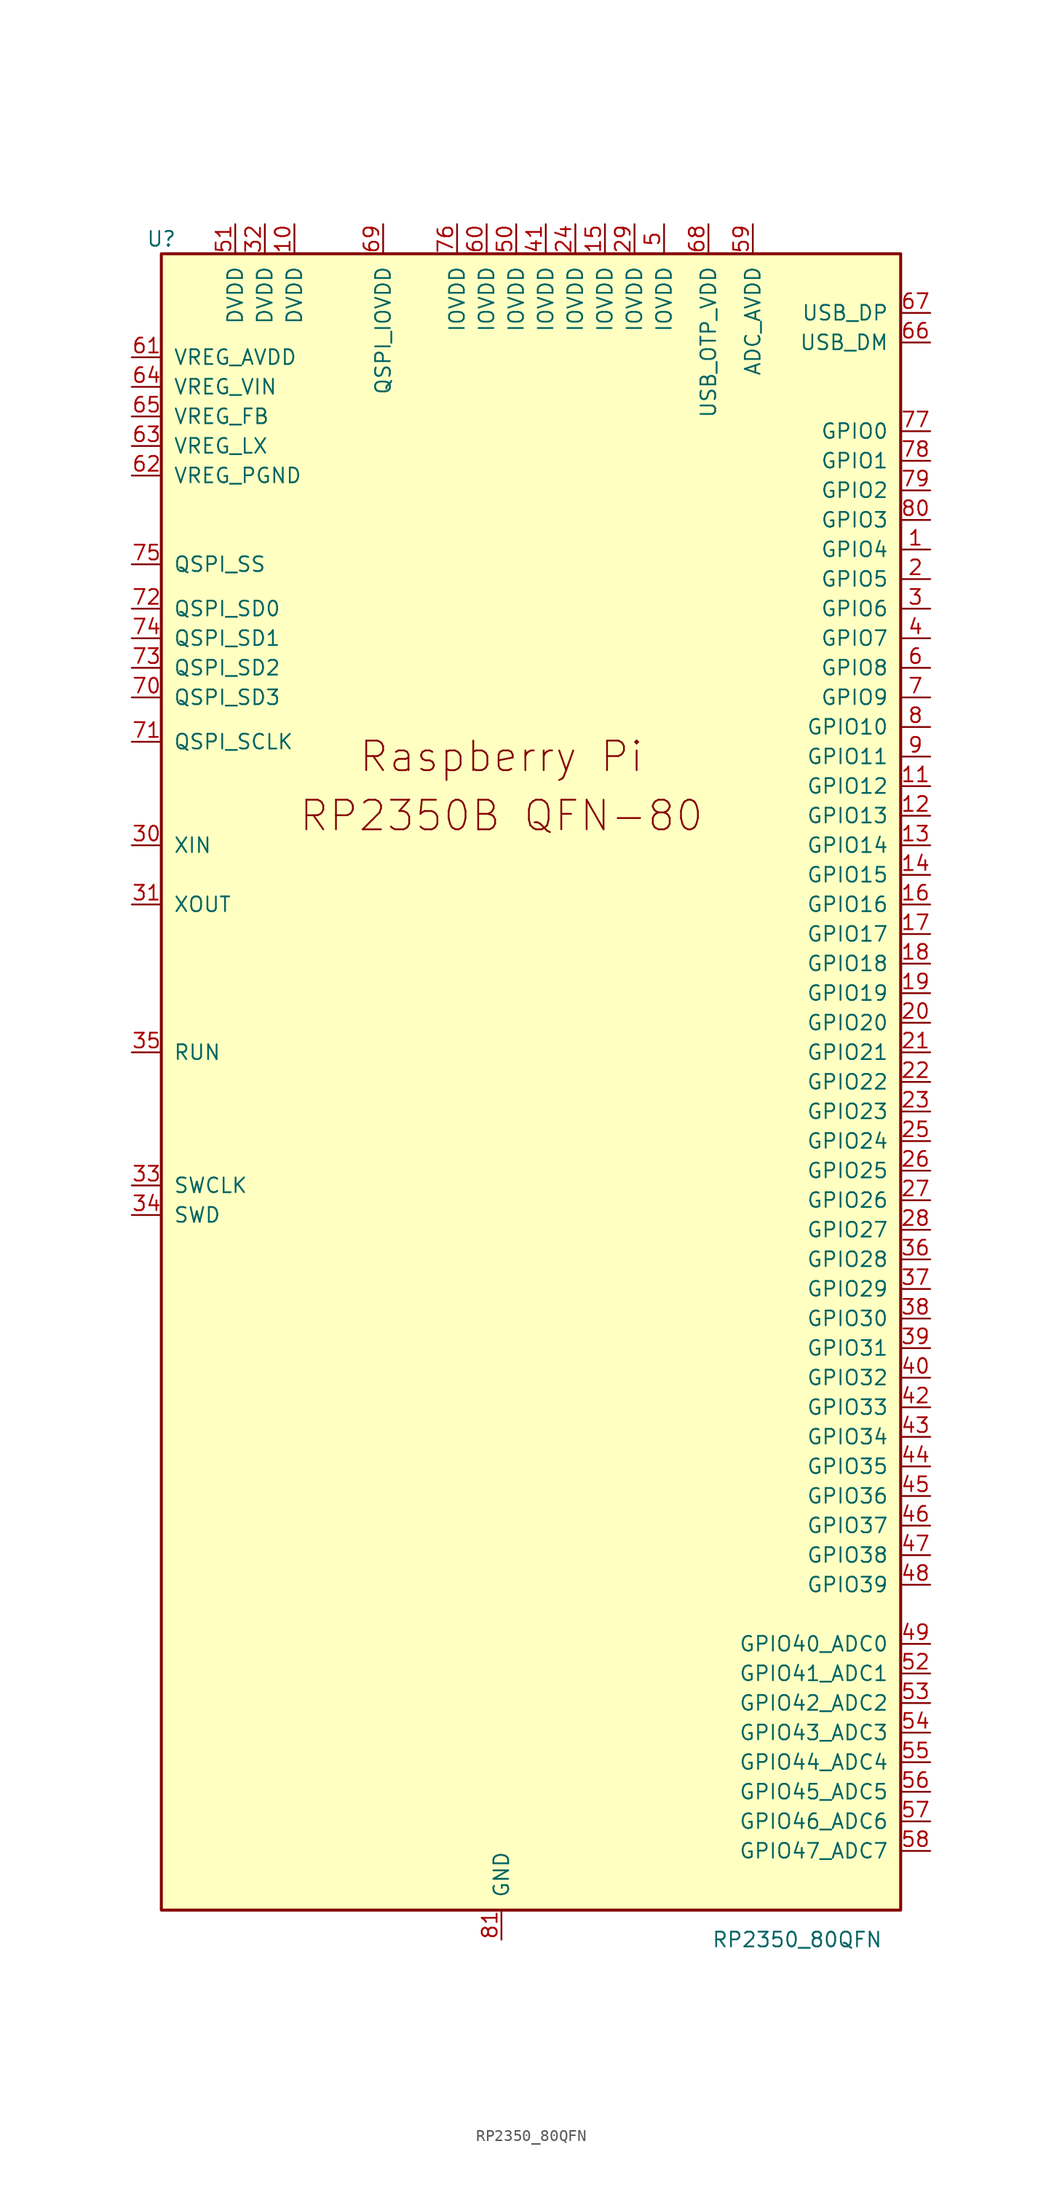
<source format=kicad_sym>
(kicad_symbol_lib
  (version 20220914)
  (generator kicad_symbol_editor)
  (symbol "RP2350_80QFN"
    (pin_names
      (offset 1.016))
    (property "Reference" "U"
      (at -29.21 49.53 0)
      (effects (font (size 1.27 1.27))))
    (property "Value" "RP2350_80QFN"
      (at 25.4 -96.52 0)
      (effects (font (size 1.27 1.27))))
    (symbol "RP2350_80QFN_0_0"
      (text "Raspberry Pi" (at 0 5.08 0) (effects (font (size 2.54 2.54)))))
    (symbol "RP2350_80QFN_0_1"
      (rectangle (start -29.21 48.26) (end 34.29 -93.98) (stroke (width 0.254) (type default)) (fill (type background))))
    (symbol "RP2350_80QFN_1_0"
      (text "RP2350B QFN-80" (at 0 0 0) (effects (font (size 2.54 2.54)))))
    (symbol "RP2350_80QFN_1_1"
      (pin bidirectional line (at 36.83 22.86 180) (length 2.54) (name "GPIO4" (effects (font (size 1.27 1.27)))) (number "1" (effects (font (size 1.27 1.27)))))
      (pin power_in line (at -17.78 50.8 270) (length 2.54) (name "DVDD" (effects (font (size 1.27 1.27)))) (number "10" (effects (font (size 1.27 1.27)))))
      (pin bidirectional line (at 36.83 2.54 180) (length 2.54) (name "GPIO12" (effects (font (size 1.27 1.27)))) (number "11" (effects (font (size 1.27 1.27)))))
      (pin bidirectional line (at 36.83 0 180) (length 2.54) (name "GPIO13" (effects (font (size 1.27 1.27)))) (number "12" (effects (font (size 1.27 1.27)))))
      (pin bidirectional line (at 36.83 -2.54 180) (length 2.54) (name "GPIO14" (effects (font (size 1.27 1.27)))) (number "13" (effects (font (size 1.27 1.27)))))
      (pin bidirectional line (at 36.83 -5.08 180) (length 2.54) (name "GPIO15" (effects (font (size 1.27 1.27)))) (number "14" (effects (font (size 1.27 1.27)))))
      (pin power_in line (at 8.89 50.8 270) (length 2.54) (name "IOVDD" (effects (font (size 1.27 1.27)))) (number "15" (effects (font (size 1.27 1.27)))))
      (pin bidirectional line (at 36.83 -7.62 180) (length 2.54) (name "GPIO16" (effects (font (size 1.27 1.27)))) (number "16" (effects (font (size 1.27 1.27)))))
      (pin bidirectional line (at 36.83 -10.16 180) (length 2.54) (name "GPIO17" (effects (font (size 1.27 1.27)))) (number "17" (effects (font (size 1.27 1.27)))))
      (pin bidirectional line (at 36.83 -12.7 180) (length 2.54) (name "GPIO18" (effects (font (size 1.27 1.27)))) (number "18" (effects (font (size 1.27 1.27)))))
      (pin bidirectional line (at 36.83 -15.24 180) (length 2.54) (name "GPIO19" (effects (font (size 1.27 1.27)))) (number "19" (effects (font (size 1.27 1.27)))))
      (pin bidirectional line (at 36.83 20.32 180) (length 2.54) (name "GPIO5" (effects (font (size 1.27 1.27)))) (number "2" (effects (font (size 1.27 1.27)))))
      (pin bidirectional line (at 36.83 -17.78 180) (length 2.54) (name "GPIO20" (effects (font (size 1.27 1.27)))) (number "20" (effects (font (size 1.27 1.27)))))
      (pin bidirectional line (at 36.83 -20.32 180) (length 2.54) (name "GPIO21" (effects (font (size 1.27 1.27)))) (number "21" (effects (font (size 1.27 1.27)))))
      (pin bidirectional line (at 36.83 -22.86 180) (length 2.54) (name "GPIO22" (effects (font (size 1.27 1.27)))) (number "22" (effects (font (size 1.27 1.27)))))
      (pin bidirectional line (at 36.83 -25.4 180) (length 2.54) (name "GPIO23" (effects (font (size 1.27 1.27)))) (number "23" (effects (font (size 1.27 1.27)))))
      (pin power_in line (at 6.35 50.8 270) (length 2.54) (name "IOVDD" (effects (font (size 1.27 1.27)))) (number "24" (effects (font (size 1.27 1.27)))))
      (pin bidirectional line (at 36.83 -27.94 180) (length 2.54) (name "GPIO24" (effects (font (size 1.27 1.27)))) (number "25" (effects (font (size 1.27 1.27)))))
      (pin bidirectional line (at 36.83 -30.48 180) (length 2.54) (name "GPIO25" (effects (font (size 1.27 1.27)))) (number "26" (effects (font (size 1.27 1.27)))))
      (pin bidirectional line (at 36.83 -33.02 180) (length 2.54) (name "GPIO26" (effects (font (size 1.27 1.27)))) (number "27" (effects (font (size 1.27 1.27)))))
      (pin bidirectional line (at 36.83 -35.56 180) (length 2.54) (name "GPIO27" (effects (font (size 1.27 1.27)))) (number "28" (effects (font (size 1.27 1.27)))))
      (pin power_in line (at 11.43 50.8 270) (length 2.54) (name "IOVDD" (effects (font (size 1.27 1.27)))) (number "29" (effects (font (size 1.27 1.27)))))
      (pin bidirectional line (at 36.83 17.78 180) (length 2.54) (name "GPIO6" (effects (font (size 1.27 1.27)))) (number "3" (effects (font (size 1.27 1.27)))))
      (pin input line (at -31.75 -2.54 0) (length 2.54) (name "XIN" (effects (font (size 1.27 1.27)))) (number "30" (effects (font (size 1.27 1.27)))))
      (pin passive line (at -31.75 -7.62 0) (length 2.54) (name "XOUT" (effects (font (size 1.27 1.27)))) (number "31" (effects (font (size 1.27 1.27)))))
      (pin power_in line (at -20.32 50.8 270) (length 2.54) (name "DVDD" (effects (font (size 1.27 1.27)))) (number "32" (effects (font (size 1.27 1.27)))))
      (pin output line (at -31.75 -31.75 0) (length 2.54) (name "SWCLK" (effects (font (size 1.27 1.27)))) (number "33" (effects (font (size 1.27 1.27)))))
      (pin bidirectional line (at -31.75 -34.29 0) (length 2.54) (name "SWD" (effects (font (size 1.27 1.27)))) (number "34" (effects (font (size 1.27 1.27)))))
      (pin input line (at -31.75 -20.32 0) (length 2.54) (name "RUN" (effects (font (size 1.27 1.27)))) (number "35" (effects (font (size 1.27 1.27)))))
      (pin bidirectional line (at 36.83 -38.1 180) (length 2.54) (name "GPIO28" (effects (font (size 1.27 1.27)))) (number "36" (effects (font (size 1.27 1.27)))))
      (pin bidirectional line (at 36.83 -40.64 180) (length 2.54) (name "GPIO29" (effects (font (size 1.27 1.27)))) (number "37" (effects (font (size 1.27 1.27)))))
      (pin bidirectional line (at 36.83 -43.18 180) (length 2.54) (name "GPIO30" (effects (font (size 1.27 1.27)))) (number "38" (effects (font (size 1.27 1.27)))))
      (pin bidirectional line (at 36.83 -45.72 180) (length 2.54) (name "GPIO31" (effects (font (size 1.27 1.27)))) (number "39" (effects (font (size 1.27 1.27)))))
      (pin bidirectional line (at 36.83 15.24 180) (length 2.54) (name "GPIO7" (effects (font (size 1.27 1.27)))) (number "4" (effects (font (size 1.27 1.27)))))
      (pin bidirectional line (at 36.83 -48.26 180) (length 2.54) (name "GPIO32" (effects (font (size 1.27 1.27)))) (number "40" (effects (font (size 1.27 1.27)))))
      (pin power_in line (at 3.81 50.8 270) (length 2.54) (name "IOVDD" (effects (font (size 1.27 1.27)))) (number "41" (effects (font (size 1.27 1.27)))))
      (pin bidirectional line (at 36.83 -50.8 180) (length 2.54) (name "GPIO33" (effects (font (size 1.27 1.27)))) (number "42" (effects (font (size 1.27 1.27)))))
      (pin bidirectional line (at 36.83 -53.34 180) (length 2.54) (name "GPIO34" (effects (font (size 1.27 1.27)))) (number "43" (effects (font (size 1.27 1.27)))))
      (pin bidirectional line (at 36.83 -55.88 180) (length 2.54) (name "GPIO35" (effects (font (size 1.27 1.27)))) (number "44" (effects (font (size 1.27 1.27)))))
      (pin bidirectional line (at 36.83 -58.42 180) (length 2.54) (name "GPIO36" (effects (font (size 1.27 1.27)))) (number "45" (effects (font (size 1.27 1.27)))))
      (pin bidirectional line (at 36.83 -60.96 180) (length 2.54) (name "GPIO37" (effects (font (size 1.27 1.27)))) (number "46" (effects (font (size 1.27 1.27)))))
      (pin bidirectional line (at 36.83 -63.5 180) (length 2.54) (name "GPIO38" (effects (font (size 1.27 1.27)))) (number "47" (effects (font (size 1.27 1.27)))))
      (pin bidirectional line (at 36.83 -66.04 180) (length 2.54) (name "GPIO39" (effects (font (size 1.27 1.27)))) (number "48" (effects (font (size 1.27 1.27)))))
      (pin bidirectional line (at 36.83 -71.12 180) (length 2.54) (name "GPIO40_ADC0" (effects (font (size 1.27 1.27)))) (number "49" (effects (font (size 1.27 1.27)))))
      (pin power_in line (at 13.97 50.8 270) (length 2.54) (name "IOVDD" (effects (font (size 1.27 1.27)))) (number "5" (effects (font (size 1.27 1.27)))))
      (pin power_in line (at 1.27 50.8 270) (length 2.54) (name "IOVDD" (effects (font (size 1.27 1.27)))) (number "50" (effects (font (size 1.27 1.27)))))
      (pin power_in line (at -22.86 50.8 270) (length 2.54) (name "DVDD" (effects (font (size 1.27 1.27)))) (number "51" (effects (font (size 1.27 1.27)))))
      (pin bidirectional line (at 36.83 -73.66 180) (length 2.54) (name "GPIO41_ADC1" (effects (font (size 1.27 1.27)))) (number "52" (effects (font (size 1.27 1.27)))))
      (pin bidirectional line (at 36.83 -76.2 180) (length 2.54) (name "GPIO42_ADC2" (effects (font (size 1.27 1.27)))) (number "53" (effects (font (size 1.27 1.27)))))
      (pin bidirectional line (at 36.83 -78.74 180) (length 2.54) (name "GPIO43_ADC3" (effects (font (size 1.27 1.27)))) (number "54" (effects (font (size 1.27 1.27)))))
      (pin bidirectional line (at 36.83 -81.28 180) (length 2.54) (name "GPIO44_ADC4" (effects (font (size 1.27 1.27)))) (number "55" (effects (font (size 1.27 1.27)))))
      (pin bidirectional line (at 36.83 -83.82 180) (length 2.54) (name "GPIO45_ADC5" (effects (font (size 1.27 1.27)))) (number "56" (effects (font (size 1.27 1.27)))))
      (pin bidirectional line (at 36.83 -86.36 180) (length 2.54) (name "GPIO46_ADC6" (effects (font (size 1.27 1.27)))) (number "57" (effects (font (size 1.27 1.27)))))
      (pin bidirectional line (at 36.83 -88.9 180) (length 2.54) (name "GPIO47_ADC7" (effects (font (size 1.27 1.27)))) (number "58" (effects (font (size 1.27 1.27)))))
      (pin power_in line (at 21.59 50.8 270) (length 2.54) (name "ADC_AVDD" (effects (font (size 1.27 1.27)))) (number "59" (effects (font (size 1.27 1.27)))))
      (pin bidirectional line (at 36.83 12.7 180) (length 2.54) (name "GPIO8" (effects (font (size 1.27 1.27)))) (number "6" (effects (font (size 1.27 1.27)))))
      (pin power_in line (at -1.27 50.8 270) (length 2.54) (name "IOVDD" (effects (font (size 1.27 1.27)))) (number "60" (effects (font (size 1.27 1.27)))))
      (pin power_in line (at -31.75 39.37 0) (length 2.54) (name "VREG_AVDD" (effects (font (size 1.27 1.27)))) (number "61" (effects (font (size 1.27 1.27)))))
      (pin power_in line (at -31.75 29.21 0) (length 2.54) (name "VREG_PGND" (effects (font (size 1.27 1.27)))) (number "62" (effects (font (size 1.27 1.27)))))
      (pin power_out line (at -31.75 31.75 0) (length 2.54) (name "VREG_LX" (effects (font (size 1.27 1.27)))) (number "63" (effects (font (size 1.27 1.27)))))
      (pin power_in line (at -31.75 36.83 0) (length 2.54) (name "VREG_VIN" (effects (font (size 1.27 1.27)))) (number "64" (effects (font (size 1.27 1.27)))))
      (pin input line (at -31.75 34.29 0) (length 2.54) (name "VREG_FB" (effects (font (size 1.27 1.27)))) (number "65" (effects (font (size 1.27 1.27)))))
      (pin bidirectional line (at 36.83 40.64 180) (length 2.54) (name "USB_DM" (effects (font (size 1.27 1.27)))) (number "66" (effects (font (size 1.27 1.27)))))
      (pin bidirectional line (at 36.83 43.18 180) (length 2.54) (name "USB_DP" (effects (font (size 1.27 1.27)))) (number "67" (effects (font (size 1.27 1.27)))))
      (pin power_in line (at 17.78 50.8 270) (length 2.54) (name "USB_OTP_VDD" (effects (font (size 1.27 1.27)))) (number "68" (effects (font (size 1.27 1.27)))))
      (pin power_in line (at -10.16 50.8 270) (length 2.54) (name "QSPI_IOVDD" (effects (font (size 1.27 1.27)))) (number "69" (effects (font (size 1.27 1.27)))))
      (pin bidirectional line (at 36.83 10.16 180) (length 2.54) (name "GPIO9" (effects (font (size 1.27 1.27)))) (number "7" (effects (font (size 1.27 1.27)))))
      (pin bidirectional line (at -31.75 10.16 0) (length 2.54) (name "QSPI_SD3" (effects (font (size 1.27 1.27)))) (number "70" (effects (font (size 1.27 1.27)))))
      (pin output line (at -31.75 6.35 0) (length 2.54) (name "QSPI_SCLK" (effects (font (size 1.27 1.27)))) (number "71" (effects (font (size 1.27 1.27)))))
      (pin bidirectional line (at -31.75 17.78 0) (length 2.54) (name "QSPI_SD0" (effects (font (size 1.27 1.27)))) (number "72" (effects (font (size 1.27 1.27)))))
      (pin bidirectional line (at -31.75 12.7 0) (length 2.54) (name "QSPI_SD2" (effects (font (size 1.27 1.27)))) (number "73" (effects (font (size 1.27 1.27)))))
      (pin bidirectional line (at -31.75 15.24 0) (length 2.54) (name "QSPI_SD1" (effects (font (size 1.27 1.27)))) (number "74" (effects (font (size 1.27 1.27)))))
      (pin bidirectional line (at -31.75 21.59 0) (length 2.54) (name "QSPI_SS" (effects (font (size 1.27 1.27)))) (number "75" (effects (font (size 1.27 1.27)))))
      (pin power_in line (at -3.81 50.8 270) (length 2.54) (name "IOVDD" (effects (font (size 1.27 1.27)))) (number "76" (effects (font (size 1.27 1.27)))))
      (pin bidirectional line (at 36.83 33.02 180) (length 2.54) (name "GPIO0" (effects (font (size 1.27 1.27)))) (number "77" (effects (font (size 1.27 1.27)))))
      (pin bidirectional line (at 36.83 30.48 180) (length 2.54) (name "GPIO1" (effects (font (size 1.27 1.27)))) (number "78" (effects (font (size 1.27 1.27)))))
      (pin bidirectional line (at 36.83 27.94 180) (length 2.54) (name "GPIO2" (effects (font (size 1.27 1.27)))) (number "79" (effects (font (size 1.27 1.27)))))
      (pin bidirectional line (at 36.83 7.62 180) (length 2.54) (name "GPIO10" (effects (font (size 1.27 1.27)))) (number "8" (effects (font (size 1.27 1.27)))))
      (pin bidirectional line (at 36.83 25.4 180) (length 2.54) (name "GPIO3" (effects (font (size 1.27 1.27)))) (number "80" (effects (font (size 1.27 1.27)))))
      (pin power_in line (at 0 -96.52 90) (length 2.54) (name "GND" (effects (font (size 1.27 1.27)))) (number "81" (effects (font (size 1.27 1.27)))))
      (pin bidirectional line (at 36.83 5.08 180) (length 2.54) (name "GPIO11" (effects (font (size 1.27 1.27)))) (number "9" (effects (font (size 1.27 1.27))))))))
</source>
